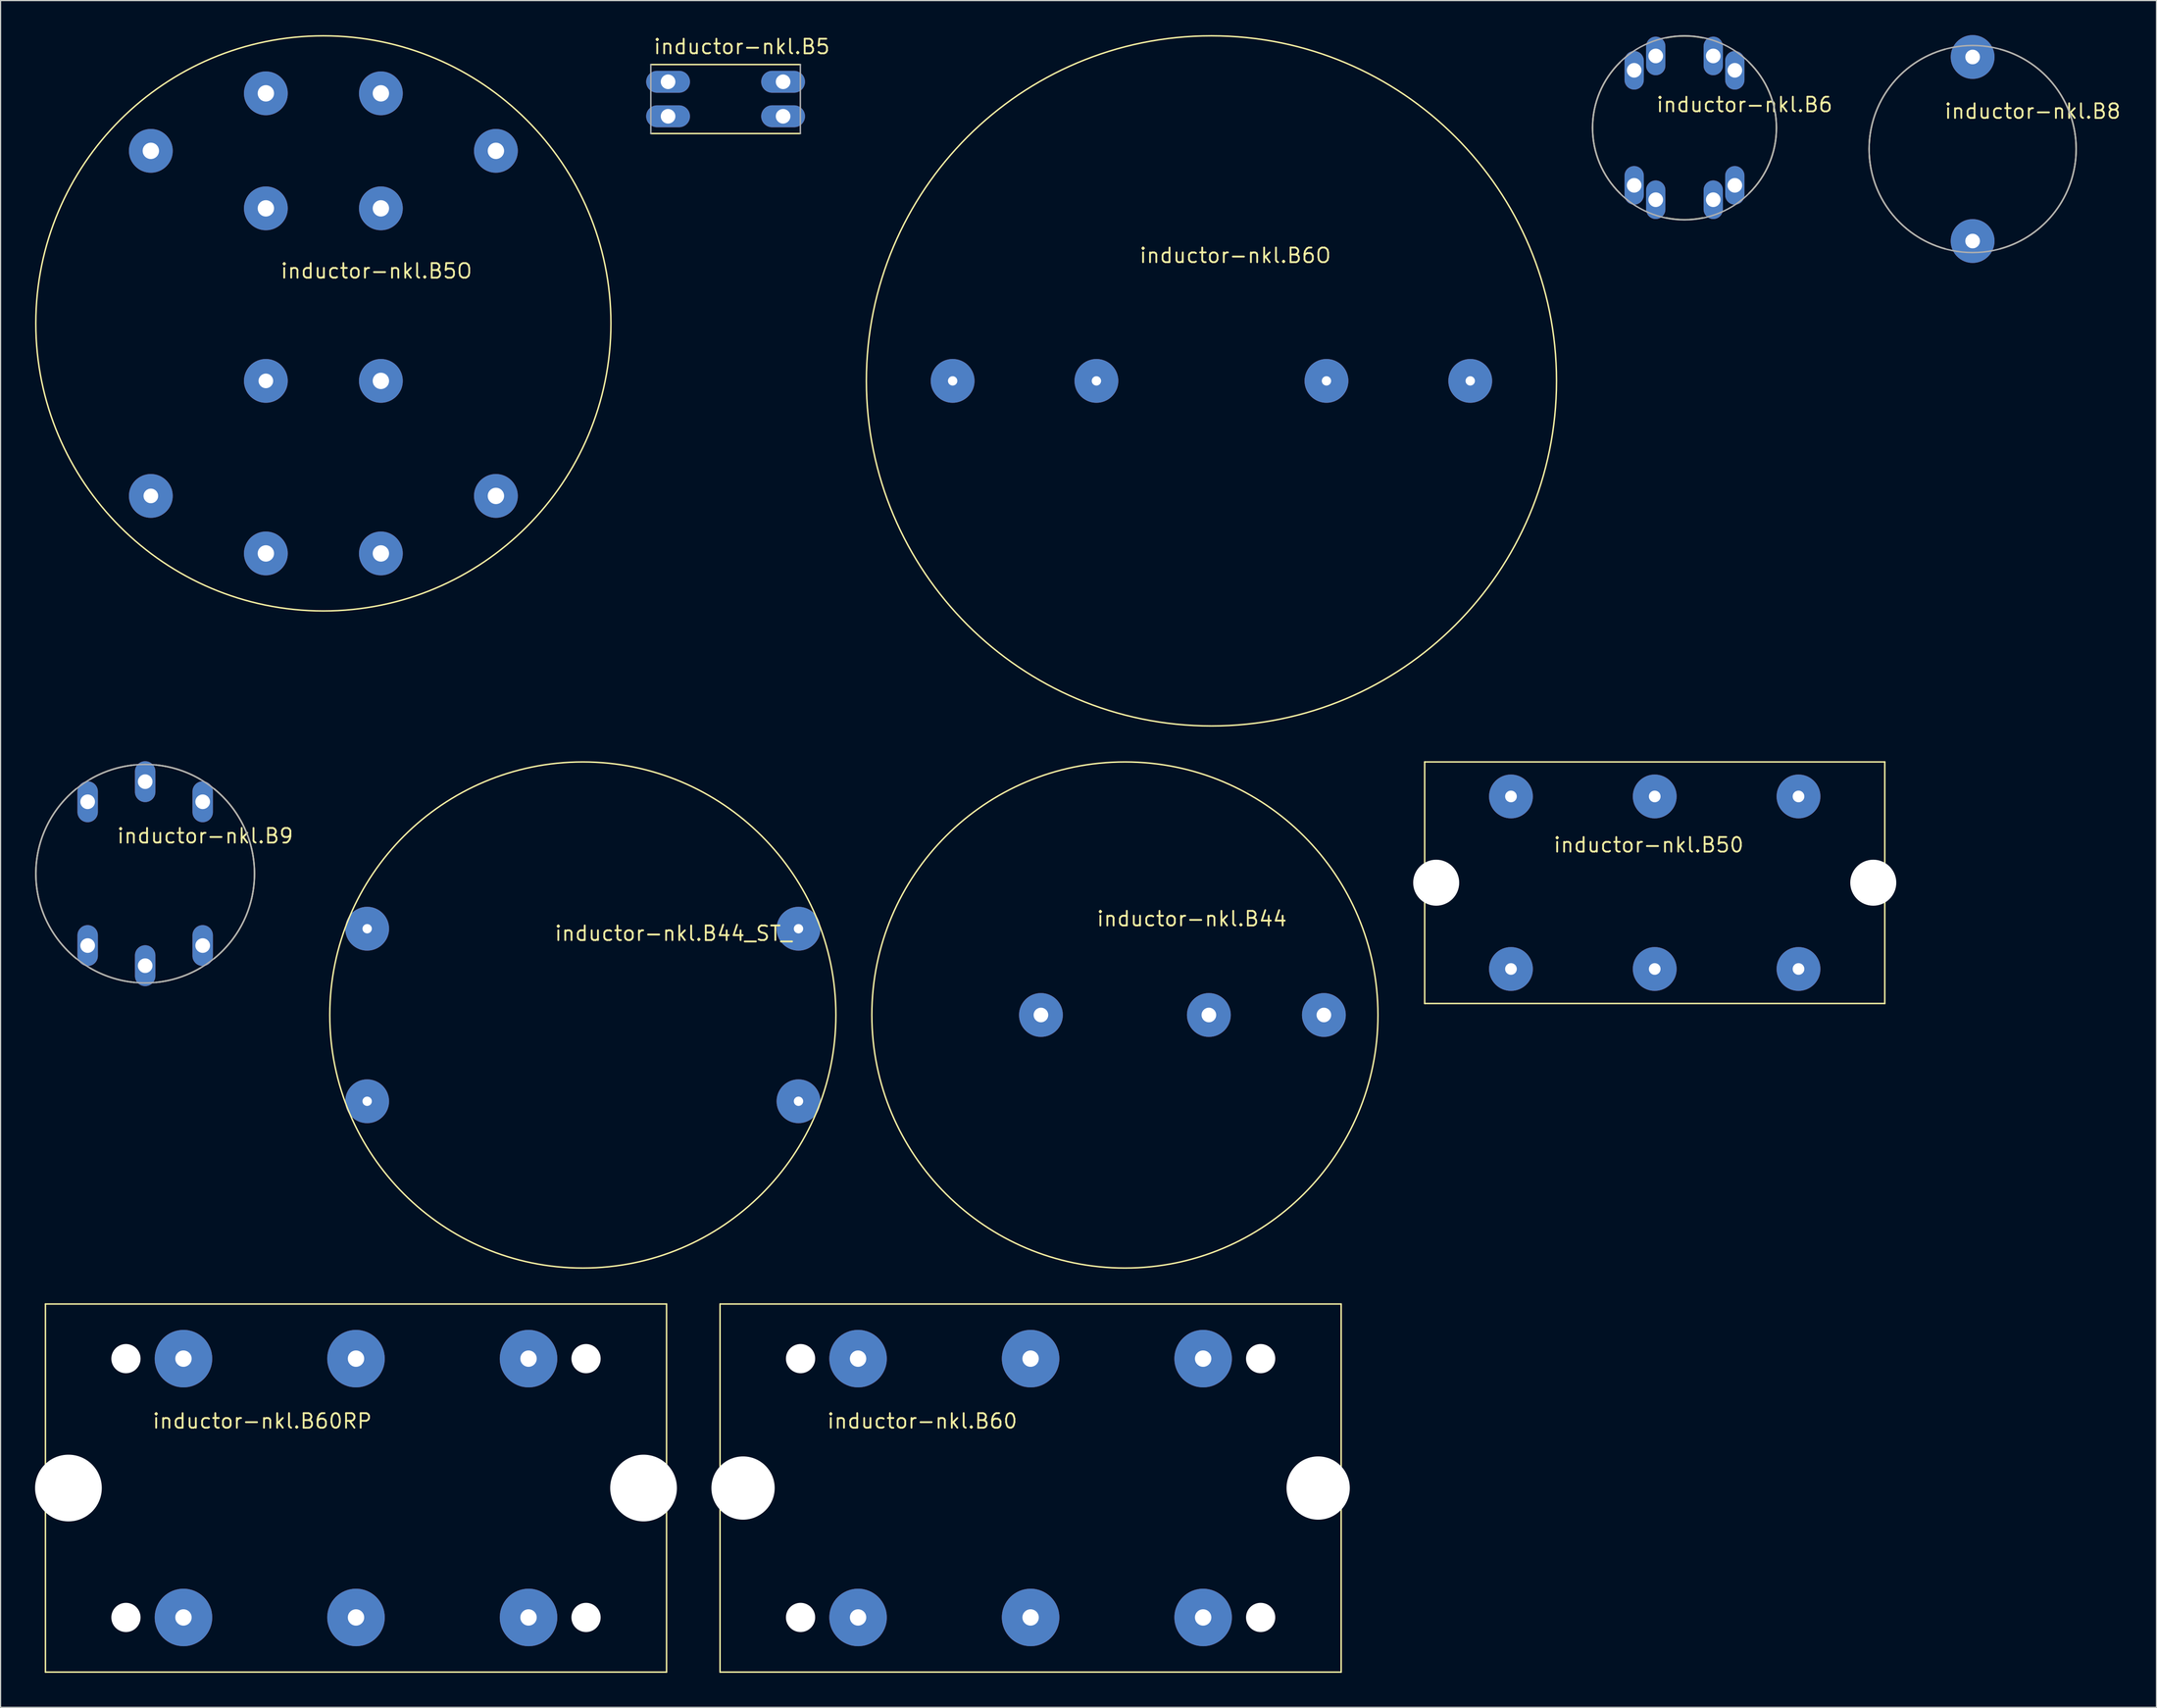
<source format=kicad_pcb>
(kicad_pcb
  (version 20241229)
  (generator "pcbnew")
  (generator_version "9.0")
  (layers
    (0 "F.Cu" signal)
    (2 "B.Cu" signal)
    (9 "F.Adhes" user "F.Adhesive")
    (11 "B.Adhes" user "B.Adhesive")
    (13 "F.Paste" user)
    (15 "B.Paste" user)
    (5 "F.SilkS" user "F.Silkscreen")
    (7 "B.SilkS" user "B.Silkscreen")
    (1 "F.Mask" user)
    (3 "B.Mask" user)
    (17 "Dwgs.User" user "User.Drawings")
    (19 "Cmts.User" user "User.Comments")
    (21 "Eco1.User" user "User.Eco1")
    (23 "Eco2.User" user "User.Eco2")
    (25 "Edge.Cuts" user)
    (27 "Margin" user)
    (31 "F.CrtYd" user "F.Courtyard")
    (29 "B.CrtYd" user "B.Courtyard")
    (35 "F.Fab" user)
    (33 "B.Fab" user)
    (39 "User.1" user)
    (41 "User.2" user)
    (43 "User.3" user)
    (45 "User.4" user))
  (footprint "inductor-nkl.B5O"
    (layer "F.Cu")
    (at 25.064 25.064)
    (property "Reference" "inductor-nkl.B5O" (at -3.81 -3.81 0) (layer "F.SilkS") (effects (font (size 1.27 1.27) (thickness 0.16)) (justify left bottom)))
    (attr through_hole)
    (fp_circle (center 0 0) (end 25 0) (stroke (width 0.127) (type default)) (fill no) (layer "F.SilkS"))
    (pad "1" thru_hole circle (at 15 -15) (size 3.81 3.81) (drill 1.422) (layers "*.Cu" "*.Mask"))
    (pad "2" thru_hole circle (at -15 -15) (size 3.81 3.81) (drill 1.422) (layers "*.Cu" "*.Mask"))
    (pad "3" thru_hole circle (at 15 15) (size 3.81 3.81) (drill 1.422) (layers "*.Cu" "*.Mask"))
    (pad "4" thru_hole circle (at -15 15) (size 3.81 3.81) (drill 1.27) (layers "*.Cu" "*.Mask"))
    (pad "5" thru_hole circle (at 5 -20) (size 3.81 3.81) (drill 1.422) (layers "*.Cu" "*.Mask"))
    (pad "6" thru_hole circle (at -5 -20) (size 3.81 3.81) (drill 1.422) (layers "*.Cu" "*.Mask"))
    (pad "7" thru_hole circle (at 5 20) (size 3.81 3.81) (drill 1.422) (layers "*.Cu" "*.Mask"))
    (pad "8" thru_hole circle (at -5 20) (size 3.81 3.81) (drill 1.422) (layers "*.Cu" "*.Mask"))
    (pad "9" thru_hole circle (at 5 -10) (size 3.81 3.81) (drill 1.422) (layers "*.Cu" "*.Mask"))
    (pad "10" thru_hole circle (at -5 -10) (size 3.81 3.81) (drill 1.422) (layers "*.Cu" "*.Mask"))
    (pad "11" thru_hole circle (at 5 5) (size 3.81 3.81) (drill 1.422) (layers "*.Cu" "*.Mask"))
    (pad "12" thru_hole circle (at -5 5) (size 3.81 3.81) (drill 1.27) (layers "*.Cu" "*.Mask")))
  (footprint "inductor-nkl.B60RP"
    (layer "F.Cu")
    (at 27.9 126.317)
    (property "Reference" "inductor-nkl.B60RP" (at -17.78 -5.08 0) (layer "F.SilkS") (effects (font (size 1.27 1.27) (thickness 0.16)) (justify left bottom)))
    (attr through_hole)
    (fp_line (start -27 -16) (end 27 -16) (stroke (width 0.127) (type default)) (layer "F.SilkS"))
    (fp_line (start -27 16) (end -27 -16) (stroke (width 0.127) (type default)) (layer "F.SilkS"))
    (fp_line (start 27 -16) (end 27 16) (stroke (width 0.127) (type default)) (layer "F.SilkS"))
    (fp_line (start 27 16) (end -27 16) (stroke (width 0.127) (type default)) (layer "F.SilkS"))
    (pad "" np_thru_hole circle (at -25 0) (size 5.8 5.8) (drill 5.8) (layers "*.Cu" "*.Mask"))
    (pad "" np_thru_hole circle (at -20 -11.25) (size 2.54 2.54) (drill 2.54) (layers "*.Cu" "*.Mask"))
    (pad "" np_thru_hole circle (at -20 11.25) (size 2.54 2.54) (drill 2.54) (layers "*.Cu" "*.Mask"))
    (pad "" np_thru_hole circle (at 20 -11.25) (size 2.54 2.54) (drill 2.54) (layers "*.Cu" "*.Mask"))
    (pad "" np_thru_hole circle (at 20 11.25) (size 2.54 2.54) (drill 2.54) (layers "*.Cu" "*.Mask"))
    (pad "" np_thru_hole circle (at 25 0) (size 5.8 5.8) (drill 5.8) (layers "*.Cu" "*.Mask"))
    (pad "1" thru_hole circle (at 0 -11.25) (size 5 5) (drill 1.422) (layers "*.Cu" "*.Mask"))
    (pad "2" thru_hole circle (at 0 11.25) (size 5 5) (drill 1.422) (layers "*.Cu" "*.Mask"))
    (pad "3" thru_hole circle (at -15 -11.25) (size 5 5) (drill 1.422) (layers "*.Cu" "*.Mask"))
    (pad "4" thru_hole circle (at 15 11.25) (size 5 5) (drill 1.422) (layers "*.Cu" "*.Mask"))
    (pad "5" thru_hole circle (at -15 11.25) (size 5 5) (drill 1.422) (layers "*.Cu" "*.Mask"))
    (pad "6" thru_hole circle (at 15 -11.25) (size 5 5) (drill 1.422) (layers "*.Cu" "*.Mask")))
  (footprint "inductor-nkl.B44"
    (layer "F.Cu")
    (at 94.748 85.191)
    (property "Reference" "inductor-nkl.B44" (at -2.54 -7.62 0) (layer "F.SilkS") (effects (font (size 1.27 1.27) (thickness 0.16)) (justify left bottom)))
    (attr through_hole)
    (fp_circle (center 0 0) (end 22 0) (stroke (width 0.127) (type default)) (fill no) (layer "F.SilkS"))
    (pad "1" thru_hole circle (at -7.3 0) (size 3.81 3.81) (drill 1.27) (layers "*.Cu" "*.Mask"))
    (pad "2" thru_hole circle (at 7.3 0) (size 3.81 3.81) (drill 1.27) (layers "*.Cu" "*.Mask"))
    (pad "3" thru_hole circle (at 17.3 0) (size 3.81 3.81) (drill 1.27) (layers "*.Cu" "*.Mask")))
  (footprint "inductor-nkl.B9"
    (layer "F.Cu")
    (at 9.571 72.905)
    (property "Reference" "inductor-nkl.B9" (at -2.54 -2.54 0) (layer "F.SilkS") (effects (font (size 1.27 1.27) (thickness 0.16)) (justify left bottom)))
    (attr through_hole)
    (fp_arc (start -6 7.375) (mid -9.507398 0) (end -6 -7.375) (stroke (width 0.127) (type default)) (layer "F.SilkS"))
    (fp_arc (start -4.8 -8.2) (mid -2.942373 -9.032508) (end -0.95 -9.45) (stroke (width 0.127) (type default)) (layer "F.SilkS"))
    (fp_arc (start -0.95 9.45) (mid -2.942374 9.032511) (end -4.8 8.2) (stroke (width 0.127) (type default)) (layer "F.SilkS"))
    (fp_arc (start 0.95 -9.45) (mid 2.942373 -9.032508) (end 4.8 -8.2) (stroke (width 0.127) (type default)) (layer "F.SilkS"))
    (fp_arc (start 4.8 8.2) (mid 2.942373 9.032508) (end 0.95 9.45) (stroke (width 0.127) (type default)) (layer "F.SilkS"))
    (fp_arc (start 6 -7.375) (mid 9.507398 0) (end 6 7.375) (stroke (width 0.127) (type default)) (layer "F.SilkS"))
    (fp_circle (center 0 0) (end 9.5 0) (stroke (width 0.127) (type default)) (fill no) (layer "F.Fab"))
    (pad "1" thru_hole oval (at -5 6.25 90) (size 3.556 1.778) (drill 1.27) (layers "*.Cu" "*.Mask"))
    (pad "2" thru_hole oval (at -5 -6.25 90) (size 3.556 1.778) (drill 1.27) (layers "*.Cu" "*.Mask"))
    (pad "3" thru_hole oval (at 5 6.25 90) (size 3.556 1.778) (drill 1.27) (layers "*.Cu" "*.Mask"))
    (pad "4" thru_hole oval (at 5 -6.25 90) (size 3.556 1.778) (drill 1.27) (layers "*.Cu" "*.Mask"))
    (pad "5" thru_hole oval (at 0 8 90) (size 3.556 1.778) (drill 1.27) (layers "*.Cu" "*.Mask"))
    (pad "6" thru_hole oval (at 0 -8 90) (size 3.556 1.778) (drill 1.27) (layers "*.Cu" "*.Mask")))
  (footprint "inductor-nkl.B60"
    (layer "F.Cu")
    (at 86.55 126.317)
    (property "Reference" "inductor-nkl.B60" (at -17.78 -5.08 0) (layer "F.SilkS") (effects (font (size 1.27 1.27) (thickness 0.16)) (justify left bottom)))
    (attr through_hole)
    (fp_line (start -27 -16) (end 27 -16) (stroke (width 0.127) (type default)) (layer "F.SilkS"))
    (fp_line (start -27 16) (end -27 -16) (stroke (width 0.127) (type default)) (layer "F.SilkS"))
    (fp_line (start 27 -16) (end 27 16) (stroke (width 0.127) (type default)) (layer "F.SilkS"))
    (fp_line (start 27 16) (end -27 16) (stroke (width 0.127) (type default)) (layer "F.SilkS"))
    (pad "" np_thru_hole circle (at -25 0) (size 5.5 5.5) (drill 5.5) (layers "*.Cu" "*.Mask"))
    (pad "" np_thru_hole circle (at -20 -11.25) (size 2.54 2.54) (drill 2.54) (layers "*.Cu" "*.Mask"))
    (pad "" np_thru_hole circle (at -20 11.25) (size 2.54 2.54) (drill 2.54) (layers "*.Cu" "*.Mask"))
    (pad "" np_thru_hole circle (at 20 -11.25) (size 2.54 2.54) (drill 2.54) (layers "*.Cu" "*.Mask"))
    (pad "" np_thru_hole circle (at 20 11.25) (size 2.54 2.54) (drill 2.54) (layers "*.Cu" "*.Mask"))
    (pad "" np_thru_hole circle (at 25 0) (size 5.5 5.5) (drill 5.5) (layers "*.Cu" "*.Mask"))
    (pad "1" thru_hole circle (at 15 -11.25) (size 5 5) (drill 1.422) (layers "*.Cu" "*.Mask"))
    (pad "2" thru_hole circle (at 15 11.25) (size 5 5) (drill 1.422) (layers "*.Cu" "*.Mask"))
    (pad "3" thru_hole circle (at -15 -11.25) (size 5 5) (drill 1.422) (layers "*.Cu" "*.Mask"))
    (pad "4" thru_hole circle (at -15 11.25) (size 5 5) (drill 1.422) (layers "*.Cu" "*.Mask"))
    (pad "5" thru_hole circle (at 0 -11.25) (size 5 5) (drill 1.422) (layers "*.Cu" "*.Mask"))
    (pad "6" thru_hole circle (at 0 11.25) (size 5 5) (drill 1.422) (layers "*.Cu" "*.Mask")))
  (footprint "inductor-nkl.B44_ST_"
    (layer "F.Cu")
    (at 47.621 85.191)
    (property "Reference" "inductor-nkl.B44_ST_" (at -2.54 -6.35 0) (layer "F.SilkS") (effects (font (size 1.27 1.27) (thickness 0.16)) (justify left bottom)))
    (attr through_hole)
    (fp_circle (center 0 0) (end 22 0) (stroke (width 0.127) (type default)) (fill no) (layer "F.SilkS"))
    (pad "1" thru_hole circle (at -18.75 -7.5) (size 3.81 3.81) (drill 0.813) (layers "*.Cu" "*.Mask"))
    (pad "2" thru_hole circle (at 18.75 -7.5) (size 3.81 3.81) (drill 0.813) (layers "*.Cu" "*.Mask"))
    (pad "3" thru_hole circle (at -18.75 7.5) (size 3.81 3.81) (drill 0.813) (layers "*.Cu" "*.Mask"))
    (pad "4" thru_hole circle (at 18.75 7.5) (size 3.81 3.81) (drill 0.813) (layers "*.Cu" "*.Mask")))
  (footprint "inductor-nkl.B6"
    (layer "F.Cu")
    (at 143.399 8.063)
    (property "Reference" "inductor-nkl.B6" (at -2.54 -1.27 0) (layer "F.SilkS") (effects (font (size 1.27 1.27) (thickness 0.16)) (justify left bottom)))
    (attr through_hole)
    (fp_arc (start -5.6 5.7) (mid -7.990619 0) (end -5.6 -5.7) (stroke (width 0.127) (type default)) (layer "F.SilkS"))
    (fp_arc (start -1.6 -7.825) (mid 0 -7.98665) (end 1.6 -7.825) (stroke (width 0.127) (type default)) (layer "F.SilkS"))
    (fp_arc (start 1.6 7.825) (mid 0 7.98665) (end -1.6 7.825) (stroke (width 0.127) (type default)) (layer "F.SilkS"))
    (fp_arc (start 5.6 -5.7) (mid 7.990619 0) (end 5.6 5.7) (stroke (width 0.127) (type default)) (layer "F.SilkS"))
    (fp_circle (center 0 0) (end 8 0) (stroke (width 0.127) (type default)) (fill no) (layer "F.Fab"))
    (pad "1" thru_hole oval (at -4.375 5 90) (size 3.353 1.676) (drill 1.27) (layers "*.Cu" "*.Mask"))
    (pad "2" thru_hole oval (at -4.375 -5 90) (size 3.353 1.676) (drill 1.27) (layers "*.Cu" "*.Mask"))
    (pad "3" thru_hole oval (at 4.375 5 90) (size 3.353 1.676) (drill 1.27) (layers "*.Cu" "*.Mask"))
    (pad "4" thru_hole oval (at 4.375 -5 90) (size 3.353 1.676) (drill 1.27) (layers "*.Cu" "*.Mask"))
    (pad "5" thru_hole oval (at -2.5 6.25 90) (size 3.353 1.676) (drill 1.27) (layers "*.Cu" "*.Mask"))
    (pad "6" thru_hole oval (at -2.5 -6.25 90) (size 3.353 1.676) (drill 1.27) (layers "*.Cu" "*.Mask"))
    (pad "7" thru_hole oval (at 2.5 6.25 90) (size 3.353 1.676) (drill 1.27) (layers "*.Cu" "*.Mask"))
    (pad "8" thru_hole oval (at 2.5 -6.25 90) (size 3.353 1.676) (drill 1.27) (layers "*.Cu" "*.Mask")))
  (footprint "inductor-nkl.B8"
    (layer "F.Cu")
    (at 168.449 9.905)
    (property "Reference" "inductor-nkl.B8" (at -2.54 -2.54 0) (layer "F.SilkS") (effects (font (size 1.27 1.27) (thickness 0.16)) (justify left bottom)))
    (attr through_hole)
    (fp_arc (start -2.4 8.675) (mid -8.999988 0) (end -2.4 -8.675) (stroke (width 0.127) (type default)) (layer "F.SilkS"))
    (fp_arc (start 2.4 -8.675) (mid 8.999988 0) (end 2.4 8.675) (stroke (width 0.127) (type default)) (layer "F.SilkS"))
    (fp_circle (center 0 0) (end 9 0) (stroke (width 0.127) (type default)) (fill no) (layer "F.Fab"))
    (pad "1" thru_hole circle (at 0 -8) (size 3.81 3.81) (drill 1.27) (layers "*.Cu" "*.Mask"))
    (pad "2" thru_hole circle (at 0 8) (size 3.81 3.81) (drill 1.27) (layers "*.Cu" "*.Mask")))
  (footprint "inductor-nkl.B5"
    (layer "F.Cu")
    (at 60.032 5.56)
    (property "Reference" "inductor-nkl.B5" (at -6.35 -3.81 0) (layer "F.SilkS") (effects (font (size 1.27 1.27) (thickness 0.16)) (justify left bottom)))
    (attr through_hole)
    (fp_line (start -6.5 -3) (end 6.5 -3) (stroke (width 0.127) (type default)) (layer "F.SilkS"))
    (fp_line (start 6.5 3) (end -6.5 3) (stroke (width 0.127) (type default)) (layer "F.SilkS"))
    (fp_line (start -6.5 3) (end -6.5 -3) (stroke (width 0.127) (type default)) (layer "F.Fab"))
    (fp_line (start 6.5 -3) (end 6.5 3) (stroke (width 0.127) (type default)) (layer "F.Fab"))
    (pad "1" thru_hole oval (at -5 -1.5) (size 3.81 1.905) (drill 1.27) (layers "*.Cu" "*.Mask"))
    (pad "2" thru_hole oval (at -5 1.5) (size 3.81 1.905) (drill 1.27) (layers "*.Cu" "*.Mask"))
    (pad "3" thru_hole oval (at 5 -1.5) (size 3.81 1.905) (drill 1.27) (layers "*.Cu" "*.Mask"))
    (pad "4" thru_hole oval (at 5 1.5) (size 3.81 1.905) (drill 1.27) (layers "*.Cu" "*.Mask")))
  (footprint "inductor-nkl.B50"
    (layer "F.Cu")
    (at 140.811 73.691)
    (property "Reference" "inductor-nkl.B50" (at -8.89 -2.54 0) (layer "F.SilkS") (effects (font (size 1.27 1.27) (thickness 0.16)) (justify left bottom)))
    (attr through_hole)
    (fp_line (start -20 -10.5) (end 20 -10.5) (stroke (width 0.127) (type default)) (layer "F.SilkS"))
    (fp_line (start -20 10.5) (end -20 -10.5) (stroke (width 0.127) (type default)) (layer "F.SilkS"))
    (fp_line (start 20 -10.5) (end 20 10.5) (stroke (width 0.127) (type default)) (layer "F.SilkS"))
    (fp_line (start 20 10.5) (end -20 10.5) (stroke (width 0.127) (type default)) (layer "F.SilkS"))
    (pad "" np_thru_hole circle (at -19 0) (size 4 4) (drill 4) (layers "*.Cu" "*.Mask"))
    (pad "" np_thru_hole circle (at 19 0) (size 4 4) (drill 4) (layers "*.Cu" "*.Mask"))
    (pad "1" thru_hole circle (at 12.5 -7.5) (size 3.81 3.81) (drill 1.016) (layers "*.Cu" "*.Mask"))
    (pad "2" thru_hole circle (at 12.5 7.5) (size 3.81 3.81) (drill 1.016) (layers "*.Cu" "*.Mask"))
    (pad "3" thru_hole circle (at -12.5 -7.5) (size 3.81 3.81) (drill 1.016) (layers "*.Cu" "*.Mask"))
    (pad "4" thru_hole circle (at -12.5 7.5) (size 3.81 3.81) (drill 1.016) (layers "*.Cu" "*.Mask"))
    (pad "5" thru_hole circle (at 0 -7.5) (size 3.81 3.81) (drill 1.016) (layers "*.Cu" "*.Mask"))
    (pad "6" thru_hole circle (at 0 7.5) (size 3.81 3.81) (drill 1.016) (layers "*.Cu" "*.Mask")))
  (footprint "inductor-nkl.B6O"
    (layer "F.Cu")
    (at 102.272 30.064)
    (property "Reference" "inductor-nkl.B6O" (at -6.35 -10.16 0) (layer "F.SilkS") (effects (font (size 1.27 1.27) (thickness 0.16)) (justify left bottom)))
    (attr through_hole)
    (fp_circle (center 0 0) (end 30 0) (stroke (width 0.127) (type default)) (fill no) (layer "F.SilkS"))
    (pad "1" thru_hole circle (at -10 0) (size 3.81 3.81) (drill 0.813) (layers "*.Cu" "*.Mask"))
    (pad "2" thru_hole circle (at 10 0) (size 3.81 3.81) (drill 0.813) (layers "*.Cu" "*.Mask"))
    (pad "3" thru_hole circle (at 22.5 0) (size 3.81 3.81) (drill 0.813) (layers "*.Cu" "*.Mask"))
    (pad "4" thru_hole circle (at -22.5 0) (size 3.81 3.81) (drill 0.813) (layers "*.Cu" "*.Mask")))
  (gr_rect
    (start -3 -3)
    (end 184.435 145.381)
    (stroke (width 0.1) (type default))
    (fill no)
    (layer "Edge.Cuts")))
</source>
